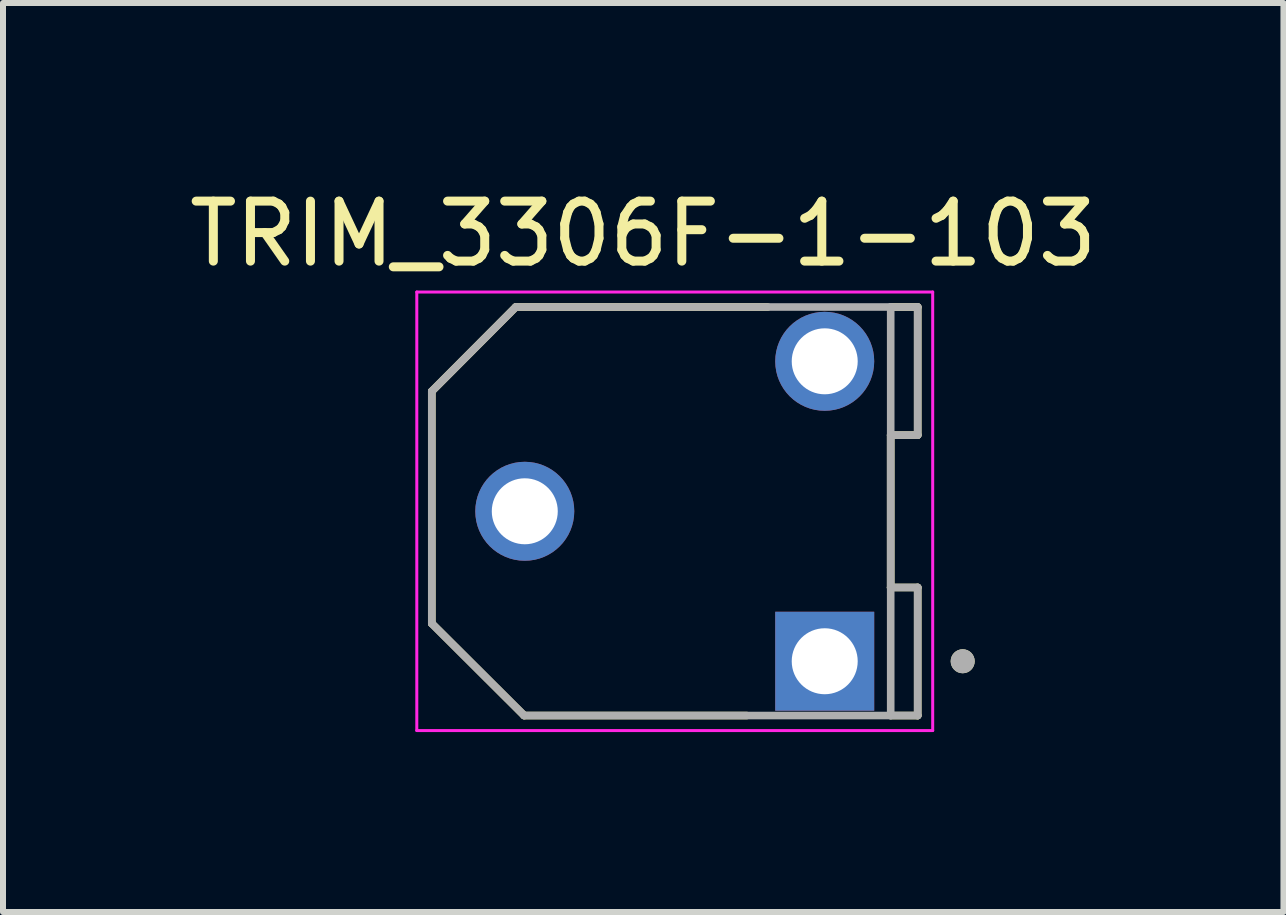
<source format=kicad_pcb>
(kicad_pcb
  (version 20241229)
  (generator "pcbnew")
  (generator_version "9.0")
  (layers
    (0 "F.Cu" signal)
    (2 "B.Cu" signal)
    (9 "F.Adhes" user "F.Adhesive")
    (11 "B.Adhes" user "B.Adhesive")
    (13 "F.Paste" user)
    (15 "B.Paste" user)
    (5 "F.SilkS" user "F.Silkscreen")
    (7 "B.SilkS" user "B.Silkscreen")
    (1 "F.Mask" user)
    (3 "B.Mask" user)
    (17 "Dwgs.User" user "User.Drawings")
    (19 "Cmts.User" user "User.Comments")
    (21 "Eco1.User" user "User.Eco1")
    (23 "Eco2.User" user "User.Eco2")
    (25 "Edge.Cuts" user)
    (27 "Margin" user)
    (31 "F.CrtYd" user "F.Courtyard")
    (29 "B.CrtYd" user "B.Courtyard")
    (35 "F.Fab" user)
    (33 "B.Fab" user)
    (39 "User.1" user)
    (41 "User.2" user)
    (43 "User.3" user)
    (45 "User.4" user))
  (footprint "TRIM_3306F-1-103"
    (layer "F.Cu")
    (at 8.198 5.473)
    (property "Reference" "TRIM_3306F-1-103" (at -0.525 -4.625 0) (layer "F.SilkS") (effects (font (size 1 1) (thickness 0.15))))
    (attr through_hole)
    (fp_line (start -4.05 -2) (end -4.05 1.87) (stroke (width 0.127) (type solid)) (layer "F.SilkS"))
    (fp_line (start -4.05 1.87) (end -2.51 3.405) (stroke (width 0.127) (type solid)) (layer "F.SilkS"))
    (fp_line (start -2.65 -3.405) (end -4.05 -2) (stroke (width 0.127) (type solid)) (layer "F.SilkS"))
    (fp_line (start -2.51 3.405) (end 1.2 3.405) (stroke (width 0.127) (type solid)) (layer "F.SilkS"))
    (fp_line (start 1.55 -3.405) (end -2.65 -3.405) (stroke (width 0.127) (type solid)) (layer "F.SilkS"))
    (fp_line (start 3.6 -3.405) (end 4.05 -3.405) (stroke (width 0.127) (type solid)) (layer "F.SilkS"))
    (fp_line (start 3.6 -1.27) (end 3.6 1.27) (stroke (width 0.127) (type solid)) (layer "F.SilkS"))
    (fp_line (start 3.6 1.27) (end 4.05 1.27) (stroke (width 0.127) (type solid)) (layer "F.SilkS"))
    (fp_line (start 3.6 1.28) (end 3.6 1.27) (stroke (width 0.127) (type solid)) (layer "F.SilkS"))
    (fp_line (start 4.05 -3.405) (end 4.05 -1.27) (stroke (width 0.127) (type solid)) (layer "F.SilkS"))
    (fp_line (start 4.05 -1.27) (end 3.6 -1.27) (stroke (width 0.127) (type solid)) (layer "F.SilkS"))
    (fp_line (start 4.05 1.27) (end 4.05 3.405) (stroke (width 0.127) (type solid)) (layer "F.SilkS"))
    (fp_line (start 4.05 3.405) (end 3.6 3.405) (stroke (width 0.127) (type solid)) (layer "F.SilkS"))
    (fp_circle (center 4.8 2.5) (end 4.9 2.5) (stroke (width 0.2) (type solid)) (fill no) (layer "F.SilkS"))
    (fp_line (start -4.3 -3.655) (end 4.3 -3.655) (stroke (width 0.05) (type solid)) (layer "F.CrtYd"))
    (fp_line (start -4.3 3.655) (end -4.3 -3.655) (stroke (width 0.05) (type solid)) (layer "F.CrtYd"))
    (fp_line (start 4.3 -3.655) (end 4.3 3.655) (stroke (width 0.05) (type solid)) (layer "F.CrtYd"))
    (fp_line (start 4.3 3.655) (end -4.3 3.655) (stroke (width 0.05) (type solid)) (layer "F.CrtYd"))
    (fp_line (start -4.05 -2) (end -4.05 1.87) (stroke (width 0.127) (type solid)) (layer "F.Fab"))
    (fp_line (start -4.05 1.87) (end -2.51 3.405) (stroke (width 0.127) (type solid)) (layer "F.Fab"))
    (fp_line (start -2.65 -3.405) (end -4.05 -2) (stroke (width 0.127) (type solid)) (layer "F.Fab"))
    (fp_line (start -2.51 3.405) (end 3.6 3.405) (stroke (width 0.127) (type solid)) (layer "F.Fab"))
    (fp_line (start 3.6 -3.405) (end -2.65 -3.405) (stroke (width 0.127) (type solid)) (layer "F.Fab"))
    (fp_line (start 3.6 -3.405) (end 4.05 -3.405) (stroke (width 0.127) (type solid)) (layer "F.Fab"))
    (fp_line (start 3.6 -1.27) (end 3.6 -3.405) (stroke (width 0.127) (type solid)) (layer "F.Fab"))
    (fp_line (start 3.6 1.27) (end 3.6 -1.27) (stroke (width 0.127) (type solid)) (layer "F.Fab"))
    (fp_line (start 3.6 1.27) (end 4.05 1.27) (stroke (width 0.127) (type solid)) (layer "F.Fab"))
    (fp_line (start 3.6 3.405) (end 3.6 1.27) (stroke (width 0.127) (type solid)) (layer "F.Fab"))
    (fp_line (start 4.05 -3.405) (end 4.05 -1.27) (stroke (width 0.127) (type solid)) (layer "F.Fab"))
    (fp_line (start 4.05 -1.27) (end 3.6 -1.27) (stroke (width 0.127) (type solid)) (layer "F.Fab"))
    (fp_line (start 4.05 1.27) (end 4.05 3.405) (stroke (width 0.127) (type solid)) (layer "F.Fab"))
    (fp_line (start 4.05 3.405) (end 3.6 3.405) (stroke (width 0.127) (type solid)) (layer "F.Fab"))
    (fp_circle (center 4.8 2.5) (end 4.9 2.5) (stroke (width 0.2) (type solid)) (fill no) (layer "F.Fab"))
    (pad "1" thru_hole rect (at 2.5 2.5) (size 1.65 1.65) (drill 1.1) (layers "*.Cu" "*.Mask"))
    (pad "2" thru_hole circle (at -2.5 0) (size 1.65 1.65) (drill 1.1) (layers "*.Cu" "*.Mask"))
    (pad "3" thru_hole circle (at 2.5 -2.5) (size 1.65 1.65) (drill 1.1) (layers "*.Cu" "*.Mask")))
  (gr_rect
    (start -3 -3)
    (end 18.345 12.153)
    (stroke (width 0.1) (type default))
    (fill no)
    (layer "Edge.Cuts")))
</source>
